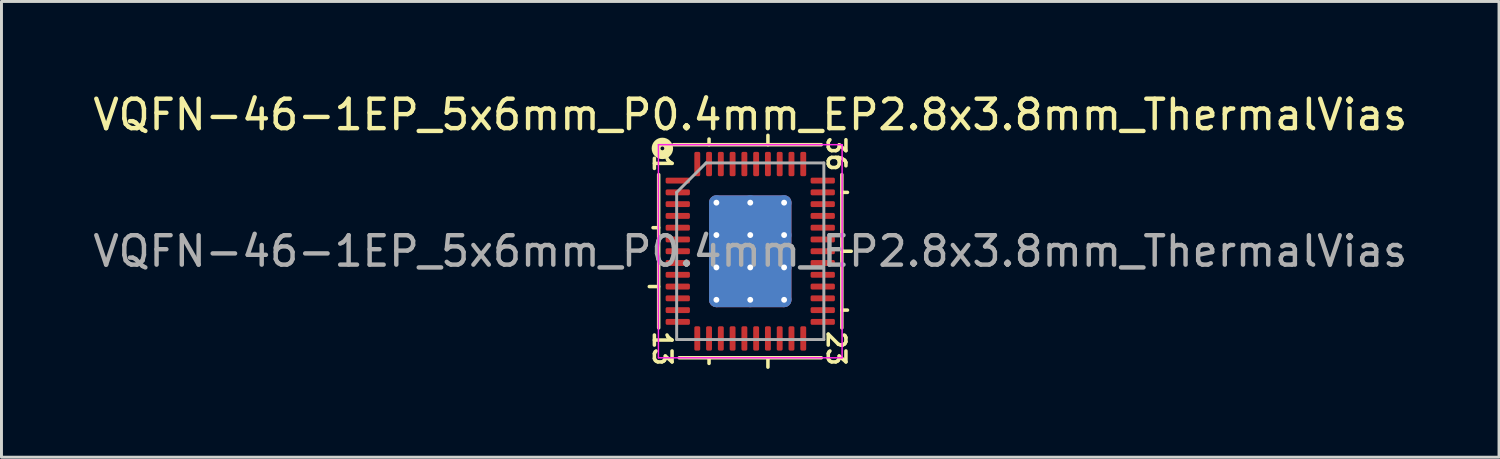
<source format=kicad_pcb>
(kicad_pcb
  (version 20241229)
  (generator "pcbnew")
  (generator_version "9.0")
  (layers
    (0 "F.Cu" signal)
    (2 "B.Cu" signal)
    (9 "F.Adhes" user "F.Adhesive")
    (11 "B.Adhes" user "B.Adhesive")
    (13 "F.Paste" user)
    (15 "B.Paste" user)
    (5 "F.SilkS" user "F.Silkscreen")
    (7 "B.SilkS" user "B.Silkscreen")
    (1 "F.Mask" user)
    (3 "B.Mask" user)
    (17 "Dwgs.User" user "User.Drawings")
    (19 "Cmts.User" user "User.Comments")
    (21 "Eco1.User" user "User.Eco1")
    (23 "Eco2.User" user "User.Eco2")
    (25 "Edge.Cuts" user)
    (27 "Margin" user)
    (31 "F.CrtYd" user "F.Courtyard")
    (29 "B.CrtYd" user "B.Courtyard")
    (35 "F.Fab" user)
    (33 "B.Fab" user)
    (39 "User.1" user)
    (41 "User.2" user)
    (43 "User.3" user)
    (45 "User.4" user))
  (footprint "VQFN-46-1EP_5x6mm_P0.4mm_EP2.8x3.8mm_ThermalVias"
    (layer "F.Cu")
    (at 22.435 5.484)
    (property "Reference" "VQFN-46-1EP_5x6mm_P0.4mm_EP2.8x3.8mm_ThermalVias" (at 0 -4.636 0) (layer "F.SilkS") (effects (font (size 1 1) (thickness 0.15))))
    (attr smd)
    (fp_line (start -3.111 -2.603) (end -3.111 2.603) (stroke (width 0.12) (type solid)) (layer "F.SilkS"))
    (fp_line (start -3.111 -0.8) (end -3.302 -0.8) (stroke (width 0.12) (type solid)) (layer "F.SilkS"))
    (fp_line (start -3.111 1.2) (end -3.429 1.2) (stroke (width 0.12) (type solid)) (layer "F.SilkS"))
    (fp_line (start -2.413 3.619) (end 2.413 3.619) (stroke (width 0.12) (type solid)) (layer "F.SilkS"))
    (fp_line (start -1.4 -3.619) (end -1.4 -3.81) (stroke (width 0.12) (type solid)) (layer "F.SilkS"))
    (fp_line (start -1.4 3.619) (end -1.4 3.81) (stroke (width 0.12) (type solid)) (layer "F.SilkS"))
    (fp_line (start 0.6 -3.619) (end 0.6 -3.937) (stroke (width 0.12) (type solid)) (layer "F.SilkS"))
    (fp_line (start 0.6 3.619) (end 0.6 3.937) (stroke (width 0.12) (type solid)) (layer "F.SilkS"))
    (fp_line (start 2.413 -3.619) (end -2.603 -3.619) (stroke (width 0.12) (type solid)) (layer "F.SilkS"))
    (fp_line (start 3.111 -2) (end 3.302 -2) (stroke (width 0.12) (type solid)) (layer "F.SilkS"))
    (fp_line (start 3.111 0) (end 3.429 0) (stroke (width 0.12) (type solid)) (layer "F.SilkS"))
    (fp_line (start 3.111 2) (end 3.302 2) (stroke (width 0.12) (type solid)) (layer "F.SilkS"))
    (fp_line (start 3.111 2.603) (end 3.111 -2.603) (stroke (width 0.12) (type solid)) (layer "F.SilkS"))
    (fp_circle (center -2.985 -3.493) (end -2.921 -3.493) (stroke (width 0.3) (type solid)) (fill no) (layer "F.SilkS"))
    (fp_line (start -3.12 -3.62) (end -3.12 3.62) (stroke (width 0.05) (type solid)) (layer "F.CrtYd"))
    (fp_line (start -3.12 3.62) (end 3.12 3.62) (stroke (width 0.05) (type solid)) (layer "F.CrtYd"))
    (fp_line (start 3.12 -3.62) (end -3.12 -3.62) (stroke (width 0.05) (type solid)) (layer "F.CrtYd"))
    (fp_line (start 3.12 3.62) (end 3.12 -3.62) (stroke (width 0.05) (type solid)) (layer "F.CrtYd"))
    (fp_line (start -2.5 -2) (end -1.5 -3) (stroke (width 0.1) (type solid)) (layer "F.Fab"))
    (fp_line (start -2.5 3) (end -2.5 -2) (stroke (width 0.1) (type solid)) (layer "F.Fab"))
    (fp_line (start -1.5 -3) (end 2.5 -3) (stroke (width 0.1) (type solid)) (layer "F.Fab"))
    (fp_line (start 2.5 -3) (end 2.5 3) (stroke (width 0.1) (type solid)) (layer "F.Fab"))
    (fp_line (start 2.5 3) (end -2.5 3) (stroke (width 0.1) (type solid)) (layer "F.Fab"))
    (fp_text user "1" (at -2.985 -2.985 270) (unlocked yes) (layer "F.SilkS") (effects (font (size 0.6 0.6) (thickness 0.12))))
    (fp_text user "13" (at -2.985 3.302 270) (unlocked yes) (layer "F.SilkS") (effects (font (size 0.6 0.6) (thickness 0.12))))
    (fp_text user "23" (at 2.921 3.302 270) (unlocked yes) (layer "F.SilkS") (effects (font (size 0.6 0.6) (thickness 0.12))))
    (fp_text user "36" (at 2.921 -3.302 270) (unlocked yes) (layer "F.SilkS") (effects (font (size 0.6 0.6) (thickness 0.12))))
    (fp_text user "${REFERENCE}" (at 0 0 0) (layer "F.Fab") (effects (font (size 1 1) (thickness 0.15))))
    (pad "" smd roundrect (at -0.7 -1.27) (size 1.21 1.1) (layers "F.Paste") (roundrect_rratio 0.227))
    (pad "" smd roundrect (at -0.7 0) (size 1.21 1.1) (layers "F.Paste") (roundrect_rratio 0.227))
    (pad "" smd roundrect (at -0.7 1.27) (size 1.21 1.1) (layers "F.Paste") (roundrect_rratio 0.227))
    (pad "" smd roundrect (at 0.7 -1.27) (size 1.21 1.1) (layers "F.Paste") (roundrect_rratio 0.227))
    (pad "" smd roundrect (at 0.7 0) (size 1.21 1.1) (layers "F.Paste") (roundrect_rratio 0.227))
    (pad "" smd roundrect (at 0.7 1.27) (size 1.21 1.1) (layers "F.Paste") (roundrect_rratio 0.227))
    (pad "1" smd roundrect (at -2.462 -2.4) (size 0.825 0.2) (layers "F.Cu" "F.Mask" "F.Paste") (roundrect_rratio 0.25))
    (pad "2" smd roundrect (at -2.462 -2) (size 0.825 0.2) (layers "F.Cu" "F.Mask" "F.Paste") (roundrect_rratio 0.25))
    (pad "3" smd roundrect (at -2.462 -1.6) (size 0.825 0.2) (layers "F.Cu" "F.Mask" "F.Paste") (roundrect_rratio 0.25))
    (pad "4" smd roundrect (at -2.462 -1.2) (size 0.825 0.2) (layers "F.Cu" "F.Mask" "F.Paste") (roundrect_rratio 0.25))
    (pad "5" smd roundrect (at -2.462 -0.8) (size 0.825 0.2) (layers "F.Cu" "F.Mask" "F.Paste") (roundrect_rratio 0.25))
    (pad "6" smd roundrect (at -2.462 -0.4) (size 0.825 0.2) (layers "F.Cu" "F.Mask" "F.Paste") (roundrect_rratio 0.25))
    (pad "7" smd roundrect (at -2.462 0) (size 0.825 0.2) (layers "F.Cu" "F.Mask" "F.Paste") (roundrect_rratio 0.25))
    (pad "8" smd roundrect (at -2.462 0.4) (size 0.825 0.2) (layers "F.Cu" "F.Mask" "F.Paste") (roundrect_rratio 0.25))
    (pad "9" smd roundrect (at -2.462 0.8) (size 0.825 0.2) (layers "F.Cu" "F.Mask" "F.Paste") (roundrect_rratio 0.25))
    (pad "10" smd roundrect (at -2.462 1.2) (size 0.825 0.2) (layers "F.Cu" "F.Mask" "F.Paste") (roundrect_rratio 0.25))
    (pad "11" smd roundrect (at -2.462 1.6) (size 0.825 0.2) (layers "F.Cu" "F.Mask" "F.Paste") (roundrect_rratio 0.25))
    (pad "12" smd roundrect (at -2.462 2) (size 0.825 0.2) (layers "F.Cu" "F.Mask" "F.Paste") (roundrect_rratio 0.25))
    (pad "13" smd roundrect (at -2.462 2.4) (size 0.825 0.2) (layers "F.Cu" "F.Mask" "F.Paste") (roundrect_rratio 0.25))
    (pad "14" smd roundrect (at -1.8 2.962) (size 0.2 0.825) (layers "F.Cu" "F.Mask" "F.Paste") (roundrect_rratio 0.25))
    (pad "15" smd roundrect (at -1.4 2.962) (size 0.2 0.825) (layers "F.Cu" "F.Mask" "F.Paste") (roundrect_rratio 0.25))
    (pad "16" smd roundrect (at -1 2.962) (size 0.2 0.825) (layers "F.Cu" "F.Mask" "F.Paste") (roundrect_rratio 0.25))
    (pad "17" smd roundrect (at -0.6 2.962) (size 0.2 0.825) (layers "F.Cu" "F.Mask" "F.Paste") (roundrect_rratio 0.25))
    (pad "18" smd roundrect (at -0.2 2.962) (size 0.2 0.825) (layers "F.Cu" "F.Mask" "F.Paste") (roundrect_rratio 0.25))
    (pad "19" smd roundrect (at 0.2 2.962) (size 0.2 0.825) (layers "F.Cu" "F.Mask" "F.Paste") (roundrect_rratio 0.25))
    (pad "20" smd roundrect (at 0.6 2.962) (size 0.2 0.825) (layers "F.Cu" "F.Mask" "F.Paste") (roundrect_rratio 0.25))
    (pad "21" smd roundrect (at 1 2.962) (size 0.2 0.825) (layers "F.Cu" "F.Mask" "F.Paste") (roundrect_rratio 0.25))
    (pad "22" smd roundrect (at 1.4 2.962) (size 0.2 0.825) (layers "F.Cu" "F.Mask" "F.Paste") (roundrect_rratio 0.25))
    (pad "23" smd roundrect (at 1.8 2.962) (size 0.2 0.825) (layers "F.Cu" "F.Mask" "F.Paste") (roundrect_rratio 0.25))
    (pad "24" smd roundrect (at 2.462 2.4) (size 0.825 0.2) (layers "F.Cu" "F.Mask" "F.Paste") (roundrect_rratio 0.25))
    (pad "25" smd roundrect (at 2.462 2) (size 0.825 0.2) (layers "F.Cu" "F.Mask" "F.Paste") (roundrect_rratio 0.25))
    (pad "26" smd roundrect (at 2.462 1.6) (size 0.825 0.2) (layers "F.Cu" "F.Mask" "F.Paste") (roundrect_rratio 0.25))
    (pad "27" smd roundrect (at 2.462 1.2) (size 0.825 0.2) (layers "F.Cu" "F.Mask" "F.Paste") (roundrect_rratio 0.25))
    (pad "28" smd roundrect (at 2.462 0.8) (size 0.825 0.2) (layers "F.Cu" "F.Mask" "F.Paste") (roundrect_rratio 0.25))
    (pad "29" smd roundrect (at 2.462 0.4) (size 0.825 0.2) (layers "F.Cu" "F.Mask" "F.Paste") (roundrect_rratio 0.25))
    (pad "30" smd roundrect (at 2.462 0) (size 0.825 0.2) (layers "F.Cu" "F.Mask" "F.Paste") (roundrect_rratio 0.25))
    (pad "31" smd roundrect (at 2.462 -0.4) (size 0.825 0.2) (layers "F.Cu" "F.Mask" "F.Paste") (roundrect_rratio 0.25))
    (pad "32" smd roundrect (at 2.462 -0.8) (size 0.825 0.2) (layers "F.Cu" "F.Mask" "F.Paste") (roundrect_rratio 0.25))
    (pad "33" smd roundrect (at 2.462 -1.2) (size 0.825 0.2) (layers "F.Cu" "F.Mask" "F.Paste") (roundrect_rratio 0.25))
    (pad "34" smd roundrect (at 2.462 -1.6) (size 0.825 0.2) (layers "F.Cu" "F.Mask" "F.Paste") (roundrect_rratio 0.25))
    (pad "35" smd roundrect (at 2.462 -2) (size 0.825 0.2) (layers "F.Cu" "F.Mask" "F.Paste") (roundrect_rratio 0.25))
    (pad "36" smd roundrect (at 2.462 -2.4) (size 0.825 0.2) (layers "F.Cu" "F.Mask" "F.Paste") (roundrect_rratio 0.25))
    (pad "37" smd roundrect (at 1.8 -2.962) (size 0.2 0.825) (layers "F.Cu" "F.Mask" "F.Paste") (roundrect_rratio 0.25))
    (pad "38" smd roundrect (at 1.4 -2.962) (size 0.2 0.825) (layers "F.Cu" "F.Mask" "F.Paste") (roundrect_rratio 0.25))
    (pad "39" smd roundrect (at 1 -2.962) (size 0.2 0.825) (layers "F.Cu" "F.Mask" "F.Paste") (roundrect_rratio 0.25))
    (pad "40" smd roundrect (at 0.6 -2.962) (size 0.2 0.825) (layers "F.Cu" "F.Mask" "F.Paste") (roundrect_rratio 0.25))
    (pad "41" smd roundrect (at 0.2 -2.962) (size 0.2 0.825) (layers "F.Cu" "F.Mask" "F.Paste") (roundrect_rratio 0.25))
    (pad "42" smd roundrect (at -0.2 -2.962) (size 0.2 0.825) (layers "F.Cu" "F.Mask" "F.Paste") (roundrect_rratio 0.25))
    (pad "43" smd roundrect (at -0.6 -2.962) (size 0.2 0.825) (layers "F.Cu" "F.Mask" "F.Paste") (roundrect_rratio 0.25))
    (pad "44" smd roundrect (at -1 -2.962) (size 0.2 0.825) (layers "F.Cu" "F.Mask" "F.Paste") (roundrect_rratio 0.25))
    (pad "45" smd roundrect (at -1.4 -2.962) (size 0.2 0.825) (layers "F.Cu" "F.Mask" "F.Paste") (roundrect_rratio 0.25))
    (pad "46" smd roundrect (at -1.8 -2.962) (size 0.2 0.825) (layers "F.Cu" "F.Mask" "F.Paste") (roundrect_rratio 0.25))
    (pad "47" thru_hole circle (at -1.15 -1.65) (size 0.5 0.5) (drill 0.2) (layers "*.Cu"))
    (pad "47" thru_hole circle (at -1.15 -0.55) (size 0.5 0.5) (drill 0.2) (layers "*.Cu"))
    (pad "47" thru_hole circle (at -1.15 0.55) (size 0.5 0.5) (drill 0.2) (layers "*.Cu"))
    (pad "47" thru_hole circle (at -1.15 1.65) (size 0.5 0.5) (drill 0.2) (layers "*.Cu"))
    (pad "47" thru_hole circle (at 0 -1.65) (size 0.5 0.5) (drill 0.2) (layers "*.Cu"))
    (pad "47" thru_hole circle (at 0 -0.55) (size 0.5 0.5) (drill 0.2) (layers "*.Cu"))
    (pad "47" smd roundrect (at 0 0) (size 2.8 3.8) (layers "F.Cu" "F.Mask") (roundrect_rratio 0.089))
    (pad "47" smd roundrect (at 0 0) (size 2.8 3.8) (layers "B.Cu" "B.Mask") (roundrect_rratio 0.089))
    (pad "47" thru_hole circle (at 0 0.55) (size 0.5 0.5) (drill 0.2) (layers "*.Cu"))
    (pad "47" thru_hole circle (at 0 1.65) (size 0.5 0.5) (drill 0.2) (layers "*.Cu"))
    (pad "47" thru_hole circle (at 1.15 -1.65) (size 0.5 0.5) (drill 0.2) (layers "*.Cu"))
    (pad "47" thru_hole circle (at 1.15 -0.55) (size 0.5 0.5) (drill 0.2) (layers "*.Cu"))
    (pad "47" thru_hole circle (at 1.15 0.55) (size 0.5 0.5) (drill 0.2) (layers "*.Cu"))
    (pad "47" thru_hole circle (at 1.15 1.65) (size 0.5 0.5) (drill 0.2) (layers "*.Cu")))
  (gr_rect
    (start -3 -3)
    (end 47.869 12.481)
    (stroke (width 0.1) (type default))
    (fill no)
    (layer "Edge.Cuts")))
</source>
